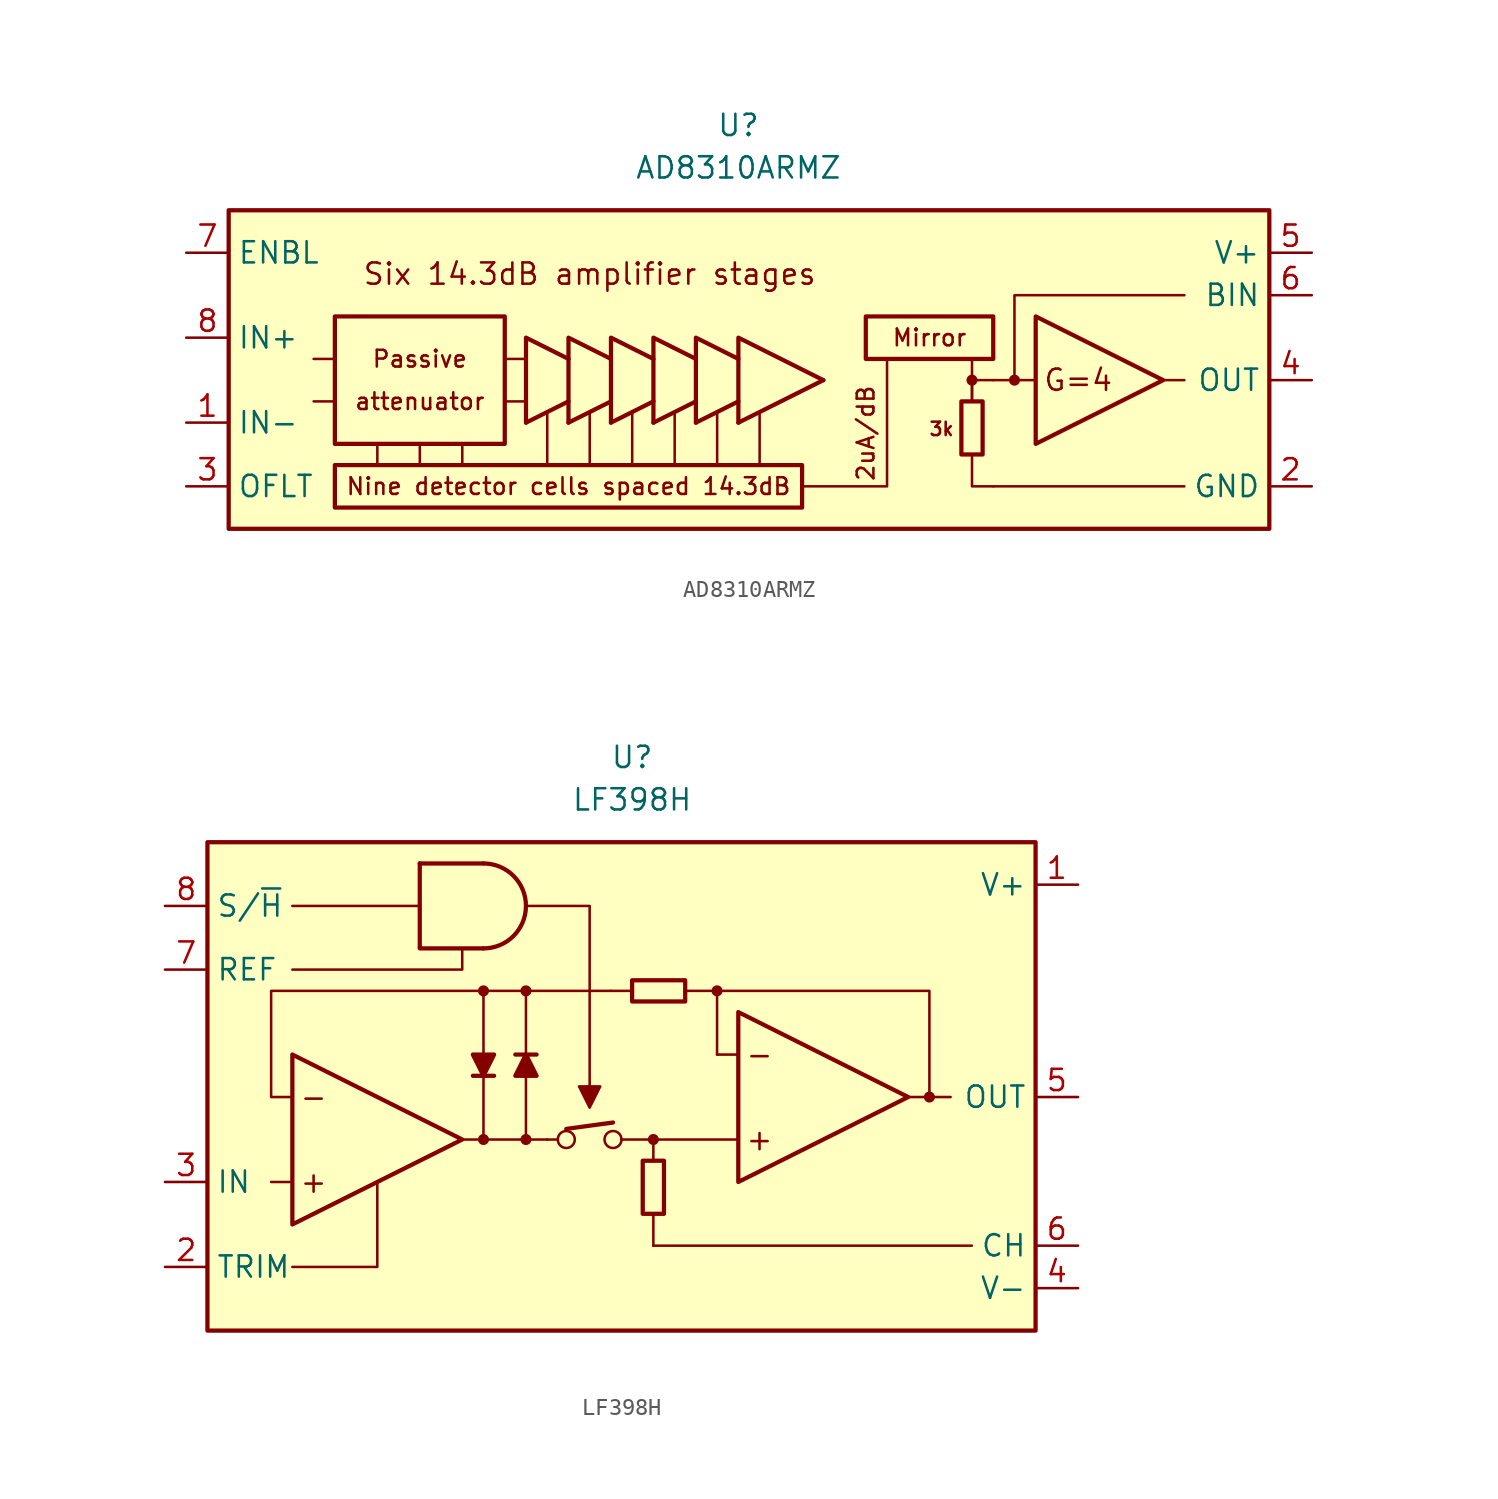
<source format=kicad_sym>
(kicad_symbol_lib
  (version 20211014)
  (generator kicad_symbol_editor)
  (symbol "AD8310ARMZ"
    (property "Reference" "U"
      (at 0 16.51 0)
      (effects (font (size 1.27 1.27))))
    (property "Value" "AD8310ARMZ"
      (at 0 13.97 0)
      (effects (font (size 1.27 1.27))))
    (symbol "AD8310ARMZ_0_0"
      (rectangle (start -30.48 11.43) (end 31.75 -7.62) (stroke (width 0.254) (type default) (color 0 0 0 0)) (fill (type background)))
      (rectangle (start -24.13 5.08) (end -13.97 -2.54) (stroke (width 0.254) (type default) (color 0 0 0 0)) (fill (type none)))
      (polyline (pts (xy -24.13 0) (xy -25.4 0)) (stroke (width 0.152) (type default) (color 0 0 0 0)) (fill (type none)))
      (polyline (pts (xy -24.13 2.54) (xy -25.4 2.54)) (stroke (width 0.152) (type default) (color 0 0 0 0)) (fill (type none)))
      (polyline (pts (xy -21.59 -2.54) (xy -21.59 -3.81)) (stroke (width 0.152) (type default) (color 0 0 0 0)) (fill (type none)))
      (polyline (pts (xy -19.05 -2.54) (xy -19.05 -3.81)) (stroke (width 0.152) (type default) (color 0 0 0 0)) (fill (type none)))
      (polyline (pts (xy -16.51 -2.54) (xy -16.51 -3.81)) (stroke (width 0.152) (type default) (color 0 0 0 0)) (fill (type none)))
      (polyline (pts (xy -13.97 0) (xy -12.7 0)) (stroke (width 0.152) (type default) (color 0 0 0 0)) (fill (type none)))
      (polyline (pts (xy -13.97 2.54) (xy -12.7 2.54)) (stroke (width 0.152) (type default) (color 0 0 0 0)) (fill (type none)))
      (polyline (pts (xy -11.43 -0.635) (xy -11.43 -3.81)) (stroke (width 0.152) (type default) (color 0 0 0 0)) (fill (type none)))
      (polyline (pts (xy -8.89 -0.635) (xy -8.89 -3.81)) (stroke (width 0.152) (type default) (color 0 0 0 0)) (fill (type none)))
      (polyline (pts (xy -6.35 -0.635) (xy -6.35 -3.81)) (stroke (width 0.152) (type default) (color 0 0 0 0)) (fill (type none)))
      (polyline (pts (xy -3.81 -0.635) (xy -3.81 -3.81)) (stroke (width 0.152) (type default) (color 0 0 0 0)) (fill (type none)))
      (polyline (pts (xy -1.27 -0.635) (xy -1.27 -3.81)) (stroke (width 0.152) (type default) (color 0 0 0 0)) (fill (type none)))
      (polyline (pts (xy 1.27 -0.635) (xy 1.27 -3.81)) (stroke (width 0.152) (type default) (color 0 0 0 0)) (fill (type none)))
      (polyline (pts (xy 13.97 0) (xy 13.97 1.27)) (stroke (width 0.152) (type default) (color 0 0 0 0)) (fill (type none)))
      (polyline (pts (xy 13.97 1.27) (xy 15.24 1.27)) (stroke (width 0.152) (type default) (color 0 0 0 0)) (fill (type none)))
      (polyline (pts (xy 13.97 2.54) (xy 13.97 0)) (stroke (width 0.152) (type default) (color 0 0 0 0)) (fill (type none)))
      (polyline (pts (xy 15.24 -5.08) (xy 26.67 -5.08)) (stroke (width 0.152) (type default) (color 0 0 0 0)) (fill (type none)))
      (polyline (pts (xy 15.24 1.27) (xy 17.78 1.27)) (stroke (width 0.152) (type default) (color 0 0 0 0)) (fill (type none)))
      (polyline (pts (xy 26.67 1.27) (xy 25.4 1.27)) (stroke (width 0.152) (type default) (color 0 0 0 0)) (fill (type none)))
      (polyline (pts (xy 3.81 -5.08) (xy 8.89 -5.08) (xy 8.89 2.54)) (stroke (width 0.152) (type default) (color 0 0 0 0)) (fill (type none)))
      (polyline (pts (xy 13.97 -3.175) (xy 13.97 -5.08) (xy 15.24 -5.08)) (stroke (width 0.152) (type default) (color 0 0 0 0)) (fill (type none)))
      (polyline (pts (xy 26.67 6.35) (xy 16.51 6.35) (xy 16.51 1.27)) (stroke (width 0.152) (type default) (color 0 0 0 0)) (fill (type none)))
      (polyline (pts (xy 25.4 1.27) (xy 17.78 5.08) (xy 17.78 -2.54) (xy 25.4 1.27)) (stroke (width 0.254) (type default) (color 0 0 0 0)) (fill (type none)))
      (rectangle (start 7.62 5.08) (end 15.24 2.54) (stroke (width 0.254) (type default) (color 0 0 0 0)) (fill (type none)))
      (circle (center 13.97 1.27) (radius 0.254) (stroke (width 0.152) (type default) (color 0 0 0 0)) (fill (type outline)))
      (circle (center 16.51 1.27) (radius 0.254) (stroke (width 0.152) (type default) (color 0 0 0 0)) (fill (type outline)))
      (text "2uA/dB" (at 7.62 -1.905 900) (effects (font (size 1 1))))
      (text "3k" (at 12.954 -1.651 0) (effects (font (size 0.8 0.8)) (justify right)))
      (text "attenuator" (at -19.05 0 0) (effects (font (size 1 1))))
      (text "G=4" (at 20.32 1.27 0) (effects (font (size 1.27 1.27))))
      (text "Mirror" (at 11.43 3.81 0) (effects (font (size 1 1))))
      (text "Nine detector cells spaced 14.3dB" (at -10.16 -5.08 0) (effects (font (size 1 1))))
      (text "Passive" (at -19.05 2.54 0) (effects (font (size 1 1))))
      (text "Six 14.3dB amplifier stages" (at -8.89 7.62 0) (effects (font (size 1.27 1.27)))))
    (symbol "AD8310ARMZ_0_1"
      (rectangle (start -24.13 -3.81) (end 3.81 -6.35) (stroke (width 0.254) (type default) (color 0 0 0 0)) (fill (type none)))
      (polyline (pts (xy -12.7 -1.27) (xy -10.16 0)) (stroke (width 0.254) (type default) (color 0 0 0 0)) (fill (type none)))
      (polyline (pts (xy -10.16 -1.27) (xy -7.62 0)) (stroke (width 0.254) (type default) (color 0 0 0 0)) (fill (type none)))
      (polyline (pts (xy -7.62 -1.27) (xy -5.08 0)) (stroke (width 0.254) (type default) (color 0 0 0 0)) (fill (type none)))
      (polyline (pts (xy -5.08 -1.27) (xy -2.54 0)) (stroke (width 0.254) (type default) (color 0 0 0 0)) (fill (type none)))
      (polyline (pts (xy -2.54 -1.27) (xy 0 0)) (stroke (width 0.254) (type default) (color 0 0 0 0)) (fill (type none)))
      (polyline (pts (xy 0 -1.27) (xy 5.08 1.27)) (stroke (width 0.254) (type default) (color 0 0 0 0)) (fill (type none)))
      (polyline (pts (xy -12.7 -1.27) (xy -12.7 3.81) (xy -10.16 2.54)) (stroke (width 0.254) (type default) (color 0 0 0 0)) (fill (type none)))
      (polyline (pts (xy -10.16 -1.27) (xy -10.16 3.81) (xy -7.62 2.54)) (stroke (width 0.254) (type default) (color 0 0 0 0)) (fill (type none)))
      (polyline (pts (xy -7.62 -1.27) (xy -7.62 3.81) (xy -5.08 2.54)) (stroke (width 0.254) (type default) (color 0 0 0 0)) (fill (type none)))
      (polyline (pts (xy -5.08 -1.27) (xy -5.08 3.81) (xy -2.54 2.54)) (stroke (width 0.254) (type default) (color 0 0 0 0)) (fill (type none)))
      (polyline (pts (xy -2.54 -1.27) (xy -2.54 3.81) (xy 0 2.54)) (stroke (width 0.254) (type default) (color 0 0 0 0)) (fill (type none)))
      (polyline (pts (xy 0 -1.27) (xy 0 3.81) (xy 5.08 1.27)) (stroke (width 0.254) (type default) (color 0 0 0 0)) (fill (type none)))
      (rectangle (start 13.335 0) (end 14.605 -3.175) (stroke (width 0.254) (type default) (color 0 0 0 0)) (fill (type none))))
    (symbol "AD8310ARMZ_1_1"
      (pin input line (at -33.02 -1.27 0) (length 2.54) (name "IN-" (effects (font (size 1.27 1.27)))) (number "1" (effects (font (size 1.27 1.27)))))
      (pin power_in line (at 34.29 -5.08 180) (length 2.54) (name "GND" (effects (font (size 1.27 1.27)))) (number "2" (effects (font (size 1.27 1.27)))))
      (pin passive line (at -33.02 -5.08 0) (length 2.54) (name "OFLT" (effects (font (size 1.27 1.27)))) (number "3" (effects (font (size 1.27 1.27)))))
      (pin output line (at 34.29 1.27 180) (length 2.54) (name "OUT" (effects (font (size 1.27 1.27)))) (number "4" (effects (font (size 1.27 1.27)))))
      (pin power_in line (at 34.29 8.89 180) (length 2.54) (name "V+" (effects (font (size 1.27 1.27)))) (number "5" (effects (font (size 1.27 1.27)))))
      (pin output line (at 34.29 6.35 180) (length 2.54) (name "BIN" (effects (font (size 1.27 1.27)))) (number "6" (effects (font (size 1.27 1.27)))))
      (pin input line (at -33.02 8.89 0) (length 2.54) (name "ENBL" (effects (font (size 1.27 1.27)))) (number "7" (effects (font (size 1.27 1.27)))))
      (pin input line (at -33.02 3.81 0) (length 2.54) (name "IN+" (effects (font (size 1.27 1.27)))) (number "8" (effects (font (size 1.27 1.27)))))))
  (symbol "LF398H"
    (property "Reference" "U"
      (at 0 20.32 0)
      (effects (font (size 1.27 1.27))))
    (property "Value" "LF398H"
      (at 0 17.78 0)
      (effects (font (size 1.27 1.27))))
    (symbol "LF398H_0_0"
      (circle (center -8.89 -2.54) (radius 0.254) (stroke (width 0.152) (type default) (color 0 0 0 0)) (fill (type outline)))
      (circle (center -8.89 6.35) (radius 0.254) (stroke (width 0.152) (type default) (color 0 0 0 0)) (fill (type outline)))
      (circle (center -6.35 -2.54) (radius 0.254) (stroke (width 0.152) (type default) (color 0 0 0 0)) (fill (type outline)))
      (circle (center -6.35 6.35) (radius 0.254) (stroke (width 0.152) (type default) (color 0 0 0 0)) (fill (type outline)))
      (circle (center -3.937 -2.54) (radius 0.508) (stroke (width 0) (type default) (color 0 0 0 0)) (fill (type none)))
      (circle (center -1.143 -2.54) (radius 0.508) (stroke (width 0) (type default) (color 0 0 0 0)) (fill (type none)))
      (polyline (pts (xy -20.32 -5.08) (xy -21.59 -5.08)) (stroke (width 0.152) (type default) (color 0 0 0 0)) (fill (type none)))
      (polyline (pts (xy -12.7 11.43) (xy -20.32 11.43)) (stroke (width 0.152) (type default) (color 0 0 0 0)) (fill (type none)))
      (polyline (pts (xy -5.08 -2.54) (xy -4.445 -2.54)) (stroke (width 0.152) (type default) (color 0 0 0 0)) (fill (type none)))
      (polyline (pts (xy -3.937 -1.905) (xy -1.143 -1.524)) (stroke (width 0.254) (type default) (color 0 0 0 0)) (fill (type none)))
      (polyline (pts (xy 0 6.35) (xy -1.27 6.35)) (stroke (width 0.152) (type default) (color 0 0 0 0)) (fill (type none)))
      (polyline (pts (xy 1.27 -6.985) (xy 1.27 -8.89)) (stroke (width 0.152) (type default) (color 0 0 0 0)) (fill (type none)))
      (polyline (pts (xy 16.51 0) (xy 17.78 0)) (stroke (width 0.152) (type default) (color 0 0 0 0)) (fill (type none)))
      (polyline (pts (xy 17.78 0) (xy 19.05 0)) (stroke (width 0.152) (type default) (color 0 0 0 0)) (fill (type none)))
      (polyline (pts (xy -20.32 -10.16) (xy -15.24 -10.16) (xy -15.24 -5.08)) (stroke (width 0.152) (type default) (color 0 0 0 0)) (fill (type none)))
      (polyline (pts (xy -10.16 8.89) (xy -10.16 7.62) (xy -20.32 7.62)) (stroke (width 0.152) (type default) (color 0 0 0 0)) (fill (type none)))
      (polyline (pts (xy -6.35 11.43) (xy -2.54 11.43) (xy -2.54 0)) (stroke (width 0.152) (type default) (color 0 0 0 0)) (fill (type none)))
      (polyline (pts (xy -2.54 -0.635) (xy -3.175 0.635) (xy -1.905 0.635) (xy -2.54 -0.635)) (stroke (width 0.152) (type default) (color 0 0 0 0)) (fill (type outline)))
      (circle (center 1.27 -2.54) (radius 0.254) (stroke (width 0.152) (type default) (color 0 0 0 0)) (fill (type outline)))
      (circle (center 5.08 6.35) (radius 0.254) (stroke (width 0.152) (type default) (color 0 0 0 0)) (fill (type outline)))
      (circle (center 17.78 0) (radius 0.254) (stroke (width 0.152) (type default) (color 0 0 0 0)) (fill (type outline)))
      (text "+" (at -19.05 -5.08 0) (effects (font (size 1.27 1.27))))
      (text "+" (at 7.62 -2.54 0) (effects (font (size 1.27 1.27))))
      (text "-" (at -19.05 0 0) (effects (font (size 1.27 1.27))))
      (text "-" (at 7.62 2.54 0) (effects (font (size 1.27 1.27)))))
    (symbol "LF398H_0_1"
      (rectangle (start -25.4 15.24) (end 24.13 -13.97) (stroke (width 0.254) (type default) (color 0 0 0 0)) (fill (type background)))
      (arc (start -8.89 8.89) (mid -6.35 11.43) (end -8.89 13.97) (stroke (width 0.254) (type default) (color 0 0 0 0)) (fill (type none)))
      (polyline (pts (xy -12.7 13.97) (xy -8.89 13.97)) (stroke (width 0.254) (type default) (color 0 0 0 0)) (fill (type none)))
      (polyline (pts (xy -9.525 1.27) (xy -8.255 1.27)) (stroke (width 0.254) (type default) (color 0 0 0 0)) (fill (type none)))
      (polyline (pts (xy -8.89 1.27) (xy -8.89 -2.54)) (stroke (width 0.152) (type default) (color 0 0 0 0)) (fill (type none)))
      (polyline (pts (xy -8.89 2.54) (xy -8.89 6.35)) (stroke (width 0.152) (type default) (color 0 0 0 0)) (fill (type none)))
      (polyline (pts (xy -6.35 1.27) (xy -6.35 -2.54)) (stroke (width 0.152) (type default) (color 0 0 0 0)) (fill (type none)))
      (polyline (pts (xy -6.35 2.54) (xy -6.35 6.35)) (stroke (width 0.152) (type default) (color 0 0 0 0)) (fill (type none)))
      (polyline (pts (xy -5.715 2.54) (xy -6.985 2.54)) (stroke (width 0.254) (type default) (color 0 0 0 0)) (fill (type none)))
      (polyline (pts (xy -5.08 -2.54) (xy -10.16 -2.54)) (stroke (width 0.152) (type default) (color 0 0 0 0)) (fill (type none)))
      (polyline (pts (xy 1.27 -8.89) (xy 20.32 -8.89)) (stroke (width 0.152) (type default) (color 0 0 0 0)) (fill (type none)))
      (polyline (pts (xy 1.27 -3.81) (xy 1.27 -2.54)) (stroke (width 0.152) (type default) (color 0 0 0 0)) (fill (type none)))
      (polyline (pts (xy 5.08 2.54) (xy 5.08 6.35)) (stroke (width 0.152) (type default) (color 0 0 0 0)) (fill (type none)))
      (polyline (pts (xy 6.35 -2.54) (xy -0.635 -2.54)) (stroke (width 0.152) (type default) (color 0 0 0 0)) (fill (type none)))
      (polyline (pts (xy 6.35 2.54) (xy 5.08 2.54)) (stroke (width 0.152) (type default) (color 0 0 0 0)) (fill (type none)))
      (polyline (pts (xy -12.7 13.97) (xy -12.7 8.89) (xy -8.89 8.89)) (stroke (width 0.254) (type default) (color 0 0 0 0)) (fill (type none)))
      (polyline (pts (xy 3.175 6.35) (xy 17.78 6.35) (xy 17.78 0)) (stroke (width 0.152) (type default) (color 0 0 0 0)) (fill (type none)))
      (polyline (pts (xy -20.32 2.54) (xy -20.32 -7.62) (xy -10.16 -2.54) (xy -20.32 2.54)) (stroke (width 0.254) (type default) (color 0 0 0 0)) (fill (type none)))
      (polyline (pts (xy -8.89 1.27) (xy -9.525 2.54) (xy -8.255 2.54) (xy -8.89 1.27)) (stroke (width 0.254) (type default) (color 0 0 0 0)) (fill (type outline)))
      (polyline (pts (xy -6.35 2.54) (xy -5.715 1.27) (xy -6.985 1.27) (xy -6.35 2.54)) (stroke (width 0.254) (type default) (color 0 0 0 0)) (fill (type outline)))
      (polyline (pts (xy -1.27 6.35) (xy -21.59 6.35) (xy -21.59 0) (xy -20.32 0)) (stroke (width 0.152) (type default) (color 0 0 0 0)) (fill (type none)))
      (polyline (pts (xy 6.35 5.08) (xy 6.35 -5.08) (xy 16.51 0) (xy 6.35 5.08)) (stroke (width 0.254) (type default) (color 0 0 0 0)) (fill (type none)))
      (rectangle (start 0 5.715) (end 3.175 6.985) (stroke (width 0.254) (type default) (color 0 0 0 0)) (fill (type none)))
      (rectangle (start 0.635 -3.81) (end 1.905 -6.985) (stroke (width 0.254) (type default) (color 0 0 0 0)) (fill (type none))))
    (symbol "LF398H_1_1"
      (pin power_in line (at 26.67 12.7 180) (length 2.54) (name "V+" (effects (font (size 1.27 1.27)))) (number "1" (effects (font (size 1.27 1.27)))))
      (pin passive line (at -27.94 -10.16 0) (length 2.54) (name "TRIM" (effects (font (size 1.27 1.27)))) (number "2" (effects (font (size 1.27 1.27)))))
      (pin input line (at -27.94 -5.08 0) (length 2.54) (name "IN" (effects (font (size 1.27 1.27)))) (number "3" (effects (font (size 1.27 1.27)))))
      (pin power_in line (at 26.67 -11.43 180) (length 2.54) (name "V-" (effects (font (size 1.27 1.27)))) (number "4" (effects (font (size 1.27 1.27)))))
      (pin output line (at 26.67 0 180) (length 2.54) (name "OUT" (effects (font (size 1.27 1.27)))) (number "5" (effects (font (size 1.27 1.27)))))
      (pin passive line (at 26.67 -8.89 180) (length 2.54) (name "CH" (effects (font (size 1.27 1.27)))) (number "6" (effects (font (size 1.27 1.27)))))
      (pin input line (at -27.94 7.62 0) (length 2.54) (name "REF" (effects (font (size 1.27 1.27)))) (number "7" (effects (font (size 1.27 1.27)))))
      (pin input line (at -27.94 11.43 0) (length 2.54) (name "S/~{H}" (effects (font (size 1.27 1.27)))) (number "8" (effects (font (size 1.27 1.27))))))))
</source>
